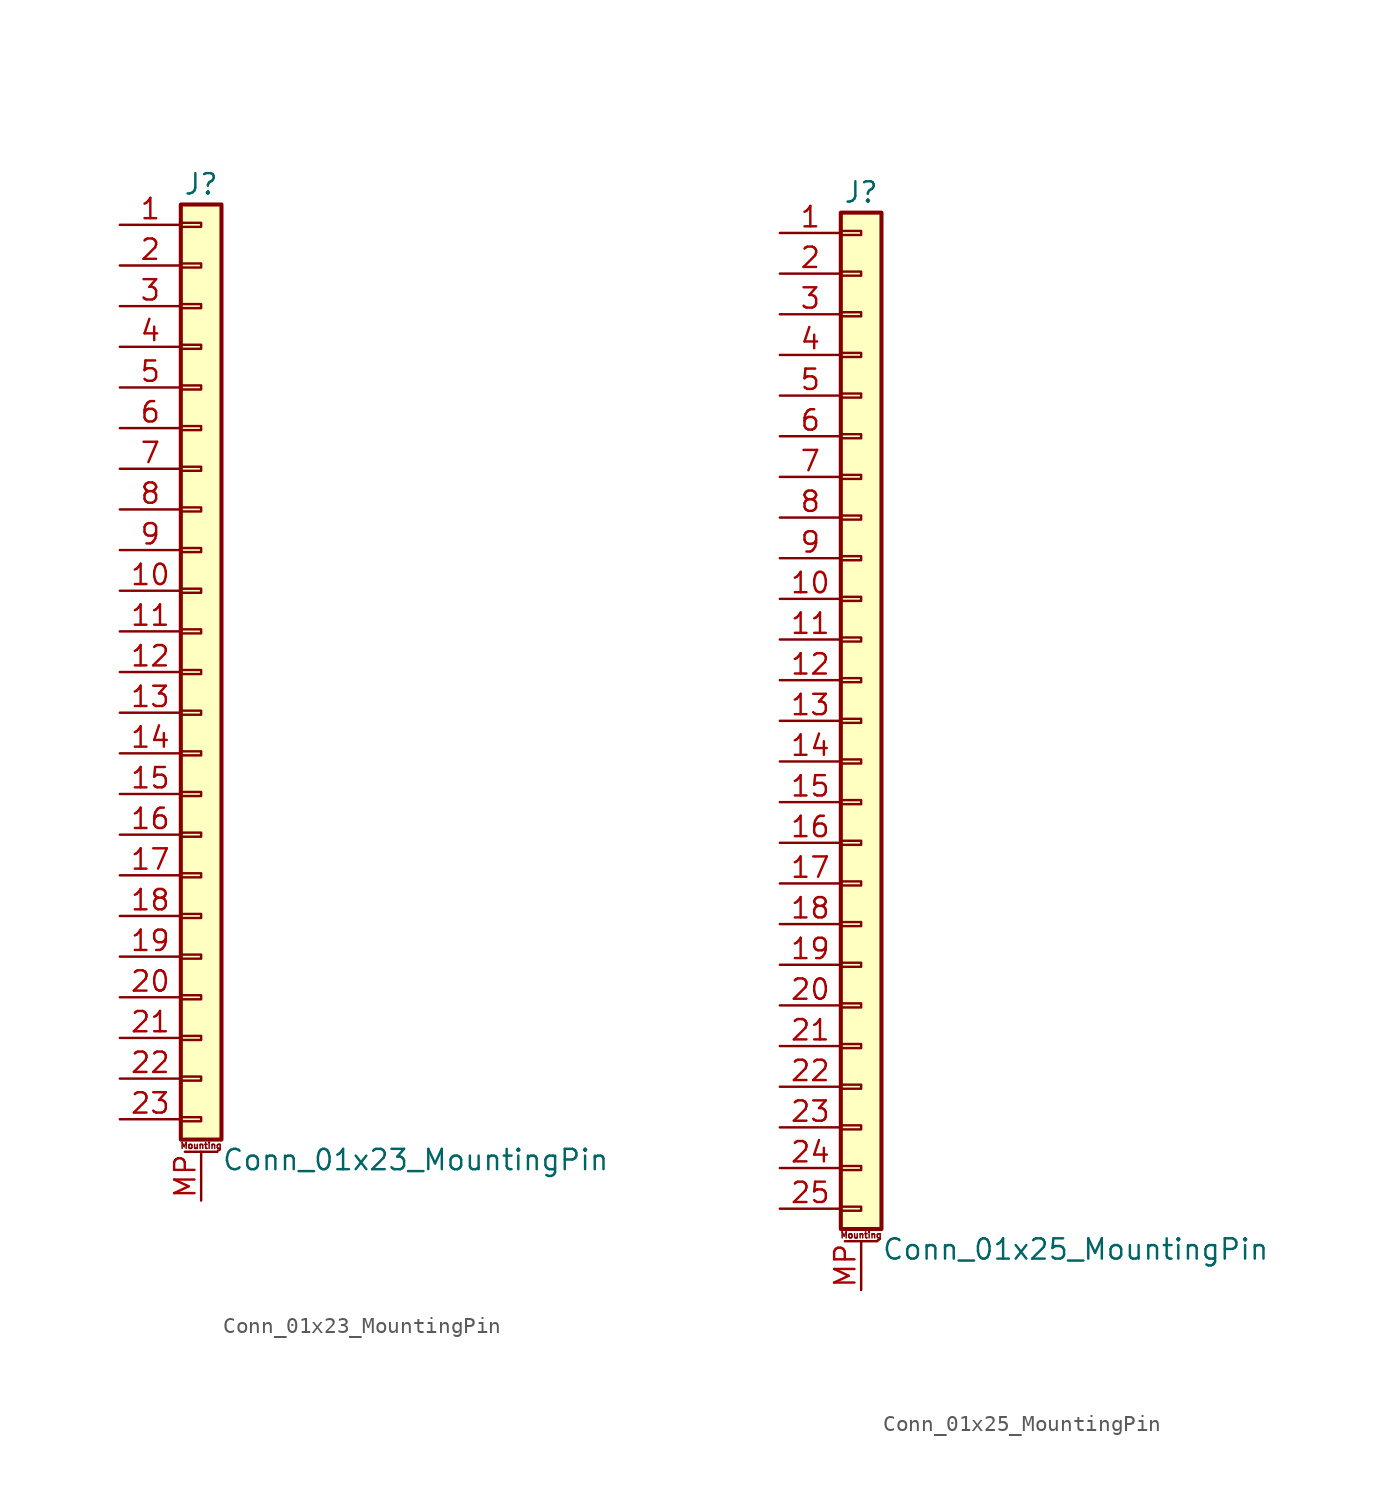
<source format=kicad_sym>
(kicad_symbol_lib
  (version 20220914)
  (generator kicad_symbol_editor)
  (symbol "Conn_01x23_MountingPin"
    (pin_names
      (offset 1.016) hide)
    (property "Reference" "J"
      (at 0 30.48 0)
      (effects (font (size 1.27 1.27))))
    (property "Value" "Conn_01x23_MountingPin"
      (at 1.27 -30.48 0)
      (effects (font (size 1.27 1.27)) (justify left)))
    (symbol "Conn_01x23_MountingPin_1_1"
      (rectangle (start -1.27 -27.813) (end 0 -28.067) (stroke (width 0.152) (type default)) (fill (type none)))
      (rectangle (start -1.27 -25.273) (end 0 -25.527) (stroke (width 0.152) (type default)) (fill (type none)))
      (rectangle (start -1.27 -22.733) (end 0 -22.987) (stroke (width 0.152) (type default)) (fill (type none)))
      (rectangle (start -1.27 -20.193) (end 0 -20.447) (stroke (width 0.152) (type default)) (fill (type none)))
      (rectangle (start -1.27 -17.653) (end 0 -17.907) (stroke (width 0.152) (type default)) (fill (type none)))
      (rectangle (start -1.27 -15.113) (end 0 -15.367) (stroke (width 0.152) (type default)) (fill (type none)))
      (rectangle (start -1.27 -12.573) (end 0 -12.827) (stroke (width 0.152) (type default)) (fill (type none)))
      (rectangle (start -1.27 -10.033) (end 0 -10.287) (stroke (width 0.152) (type default)) (fill (type none)))
      (rectangle (start -1.27 -7.493) (end 0 -7.747) (stroke (width 0.152) (type default)) (fill (type none)))
      (rectangle (start -1.27 -4.953) (end 0 -5.207) (stroke (width 0.152) (type default)) (fill (type none)))
      (rectangle (start -1.27 -2.413) (end 0 -2.667) (stroke (width 0.152) (type default)) (fill (type none)))
      (rectangle (start -1.27 0.127) (end 0 -0.127) (stroke (width 0.152) (type default)) (fill (type none)))
      (rectangle (start -1.27 2.667) (end 0 2.413) (stroke (width 0.152) (type default)) (fill (type none)))
      (rectangle (start -1.27 5.207) (end 0 4.953) (stroke (width 0.152) (type default)) (fill (type none)))
      (rectangle (start -1.27 7.747) (end 0 7.493) (stroke (width 0.152) (type default)) (fill (type none)))
      (rectangle (start -1.27 10.287) (end 0 10.033) (stroke (width 0.152) (type default)) (fill (type none)))
      (rectangle (start -1.27 12.827) (end 0 12.573) (stroke (width 0.152) (type default)) (fill (type none)))
      (rectangle (start -1.27 15.367) (end 0 15.113) (stroke (width 0.152) (type default)) (fill (type none)))
      (rectangle (start -1.27 17.907) (end 0 17.653) (stroke (width 0.152) (type default)) (fill (type none)))
      (rectangle (start -1.27 20.447) (end 0 20.193) (stroke (width 0.152) (type default)) (fill (type none)))
      (rectangle (start -1.27 22.987) (end 0 22.733) (stroke (width 0.152) (type default)) (fill (type none)))
      (rectangle (start -1.27 25.527) (end 0 25.273) (stroke (width 0.152) (type default)) (fill (type none)))
      (rectangle (start -1.27 28.067) (end 0 27.813) (stroke (width 0.152) (type default)) (fill (type none)))
      (rectangle (start -1.27 29.21) (end 1.27 -29.21) (stroke (width 0.254) (type default)) (fill (type background)))
      (polyline (pts (xy -1.016 -29.972) (xy 1.016 -29.972)) (stroke (width 0.152) (type default)) (fill (type none)))
      (text "Mounting" (at 0 -29.591 0) (effects (font (size 0.381 0.381))))
      (pin passive line (at -5.08 27.94 0) (length 3.81) (name "Pin_1" (effects (font (size 1.27 1.27)))) (number "1" (effects (font (size 1.27 1.27)))))
      (pin passive line (at -5.08 5.08 0) (length 3.81) (name "Pin_10" (effects (font (size 1.27 1.27)))) (number "10" (effects (font (size 1.27 1.27)))))
      (pin passive line (at -5.08 2.54 0) (length 3.81) (name "Pin_11" (effects (font (size 1.27 1.27)))) (number "11" (effects (font (size 1.27 1.27)))))
      (pin passive line (at -5.08 0 0) (length 3.81) (name "Pin_12" (effects (font (size 1.27 1.27)))) (number "12" (effects (font (size 1.27 1.27)))))
      (pin passive line (at -5.08 -2.54 0) (length 3.81) (name "Pin_13" (effects (font (size 1.27 1.27)))) (number "13" (effects (font (size 1.27 1.27)))))
      (pin passive line (at -5.08 -5.08 0) (length 3.81) (name "Pin_14" (effects (font (size 1.27 1.27)))) (number "14" (effects (font (size 1.27 1.27)))))
      (pin passive line (at -5.08 -7.62 0) (length 3.81) (name "Pin_15" (effects (font (size 1.27 1.27)))) (number "15" (effects (font (size 1.27 1.27)))))
      (pin passive line (at -5.08 -10.16 0) (length 3.81) (name "Pin_16" (effects (font (size 1.27 1.27)))) (number "16" (effects (font (size 1.27 1.27)))))
      (pin passive line (at -5.08 -12.7 0) (length 3.81) (name "Pin_17" (effects (font (size 1.27 1.27)))) (number "17" (effects (font (size 1.27 1.27)))))
      (pin passive line (at -5.08 -15.24 0) (length 3.81) (name "Pin_18" (effects (font (size 1.27 1.27)))) (number "18" (effects (font (size 1.27 1.27)))))
      (pin passive line (at -5.08 -17.78 0) (length 3.81) (name "Pin_19" (effects (font (size 1.27 1.27)))) (number "19" (effects (font (size 1.27 1.27)))))
      (pin passive line (at -5.08 25.4 0) (length 3.81) (name "Pin_2" (effects (font (size 1.27 1.27)))) (number "2" (effects (font (size 1.27 1.27)))))
      (pin passive line (at -5.08 -20.32 0) (length 3.81) (name "Pin_20" (effects (font (size 1.27 1.27)))) (number "20" (effects (font (size 1.27 1.27)))))
      (pin passive line (at -5.08 -22.86 0) (length 3.81) (name "Pin_21" (effects (font (size 1.27 1.27)))) (number "21" (effects (font (size 1.27 1.27)))))
      (pin passive line (at -5.08 -25.4 0) (length 3.81) (name "Pin_22" (effects (font (size 1.27 1.27)))) (number "22" (effects (font (size 1.27 1.27)))))
      (pin passive line (at -5.08 -27.94 0) (length 3.81) (name "Pin_23" (effects (font (size 1.27 1.27)))) (number "23" (effects (font (size 1.27 1.27)))))
      (pin passive line (at -5.08 22.86 0) (length 3.81) (name "Pin_3" (effects (font (size 1.27 1.27)))) (number "3" (effects (font (size 1.27 1.27)))))
      (pin passive line (at -5.08 20.32 0) (length 3.81) (name "Pin_4" (effects (font (size 1.27 1.27)))) (number "4" (effects (font (size 1.27 1.27)))))
      (pin passive line (at -5.08 17.78 0) (length 3.81) (name "Pin_5" (effects (font (size 1.27 1.27)))) (number "5" (effects (font (size 1.27 1.27)))))
      (pin passive line (at -5.08 15.24 0) (length 3.81) (name "Pin_6" (effects (font (size 1.27 1.27)))) (number "6" (effects (font (size 1.27 1.27)))))
      (pin passive line (at -5.08 12.7 0) (length 3.81) (name "Pin_7" (effects (font (size 1.27 1.27)))) (number "7" (effects (font (size 1.27 1.27)))))
      (pin passive line (at -5.08 10.16 0) (length 3.81) (name "Pin_8" (effects (font (size 1.27 1.27)))) (number "8" (effects (font (size 1.27 1.27)))))
      (pin passive line (at -5.08 7.62 0) (length 3.81) (name "Pin_9" (effects (font (size 1.27 1.27)))) (number "9" (effects (font (size 1.27 1.27)))))
      (pin passive line (at 0 -33.02 90) (length 3.048) (name "MountPin" (effects (font (size 1.27 1.27)))) (number "MP" (effects (font (size 1.27 1.27)))))))
  (symbol "Conn_01x25_MountingPin"
    (pin_names
      (offset 1.016) hide)
    (property "Reference" "J"
      (at 0 33.02 0)
      (effects (font (size 1.27 1.27))))
    (property "Value" "Conn_01x25_MountingPin"
      (at 1.27 -33.02 0)
      (effects (font (size 1.27 1.27)) (justify left)))
    (symbol "Conn_01x25_MountingPin_1_1"
      (rectangle (start -1.27 -30.353) (end 0 -30.607) (stroke (width 0.152) (type default)) (fill (type none)))
      (rectangle (start -1.27 -27.813) (end 0 -28.067) (stroke (width 0.152) (type default)) (fill (type none)))
      (rectangle (start -1.27 -25.273) (end 0 -25.527) (stroke (width 0.152) (type default)) (fill (type none)))
      (rectangle (start -1.27 -22.733) (end 0 -22.987) (stroke (width 0.152) (type default)) (fill (type none)))
      (rectangle (start -1.27 -20.193) (end 0 -20.447) (stroke (width 0.152) (type default)) (fill (type none)))
      (rectangle (start -1.27 -17.653) (end 0 -17.907) (stroke (width 0.152) (type default)) (fill (type none)))
      (rectangle (start -1.27 -15.113) (end 0 -15.367) (stroke (width 0.152) (type default)) (fill (type none)))
      (rectangle (start -1.27 -12.573) (end 0 -12.827) (stroke (width 0.152) (type default)) (fill (type none)))
      (rectangle (start -1.27 -10.033) (end 0 -10.287) (stroke (width 0.152) (type default)) (fill (type none)))
      (rectangle (start -1.27 -7.493) (end 0 -7.747) (stroke (width 0.152) (type default)) (fill (type none)))
      (rectangle (start -1.27 -4.953) (end 0 -5.207) (stroke (width 0.152) (type default)) (fill (type none)))
      (rectangle (start -1.27 -2.413) (end 0 -2.667) (stroke (width 0.152) (type default)) (fill (type none)))
      (rectangle (start -1.27 0.127) (end 0 -0.127) (stroke (width 0.152) (type default)) (fill (type none)))
      (rectangle (start -1.27 2.667) (end 0 2.413) (stroke (width 0.152) (type default)) (fill (type none)))
      (rectangle (start -1.27 5.207) (end 0 4.953) (stroke (width 0.152) (type default)) (fill (type none)))
      (rectangle (start -1.27 7.747) (end 0 7.493) (stroke (width 0.152) (type default)) (fill (type none)))
      (rectangle (start -1.27 10.287) (end 0 10.033) (stroke (width 0.152) (type default)) (fill (type none)))
      (rectangle (start -1.27 12.827) (end 0 12.573) (stroke (width 0.152) (type default)) (fill (type none)))
      (rectangle (start -1.27 15.367) (end 0 15.113) (stroke (width 0.152) (type default)) (fill (type none)))
      (rectangle (start -1.27 17.907) (end 0 17.653) (stroke (width 0.152) (type default)) (fill (type none)))
      (rectangle (start -1.27 20.447) (end 0 20.193) (stroke (width 0.152) (type default)) (fill (type none)))
      (rectangle (start -1.27 22.987) (end 0 22.733) (stroke (width 0.152) (type default)) (fill (type none)))
      (rectangle (start -1.27 25.527) (end 0 25.273) (stroke (width 0.152) (type default)) (fill (type none)))
      (rectangle (start -1.27 28.067) (end 0 27.813) (stroke (width 0.152) (type default)) (fill (type none)))
      (rectangle (start -1.27 30.607) (end 0 30.353) (stroke (width 0.152) (type default)) (fill (type none)))
      (rectangle (start -1.27 31.75) (end 1.27 -31.75) (stroke (width 0.254) (type default)) (fill (type background)))
      (polyline (pts (xy -1.016 -32.512) (xy 1.016 -32.512)) (stroke (width 0.152) (type default)) (fill (type none)))
      (text "Mounting" (at 0 -32.131 0) (effects (font (size 0.381 0.381))))
      (pin passive line (at -5.08 30.48 0) (length 3.81) (name "Pin_1" (effects (font (size 1.27 1.27)))) (number "1" (effects (font (size 1.27 1.27)))))
      (pin passive line (at -5.08 7.62 0) (length 3.81) (name "Pin_10" (effects (font (size 1.27 1.27)))) (number "10" (effects (font (size 1.27 1.27)))))
      (pin passive line (at -5.08 5.08 0) (length 3.81) (name "Pin_11" (effects (font (size 1.27 1.27)))) (number "11" (effects (font (size 1.27 1.27)))))
      (pin passive line (at -5.08 2.54 0) (length 3.81) (name "Pin_12" (effects (font (size 1.27 1.27)))) (number "12" (effects (font (size 1.27 1.27)))))
      (pin passive line (at -5.08 0 0) (length 3.81) (name "Pin_13" (effects (font (size 1.27 1.27)))) (number "13" (effects (font (size 1.27 1.27)))))
      (pin passive line (at -5.08 -2.54 0) (length 3.81) (name "Pin_14" (effects (font (size 1.27 1.27)))) (number "14" (effects (font (size 1.27 1.27)))))
      (pin passive line (at -5.08 -5.08 0) (length 3.81) (name "Pin_15" (effects (font (size 1.27 1.27)))) (number "15" (effects (font (size 1.27 1.27)))))
      (pin passive line (at -5.08 -7.62 0) (length 3.81) (name "Pin_16" (effects (font (size 1.27 1.27)))) (number "16" (effects (font (size 1.27 1.27)))))
      (pin passive line (at -5.08 -10.16 0) (length 3.81) (name "Pin_17" (effects (font (size 1.27 1.27)))) (number "17" (effects (font (size 1.27 1.27)))))
      (pin passive line (at -5.08 -12.7 0) (length 3.81) (name "Pin_18" (effects (font (size 1.27 1.27)))) (number "18" (effects (font (size 1.27 1.27)))))
      (pin passive line (at -5.08 -15.24 0) (length 3.81) (name "Pin_19" (effects (font (size 1.27 1.27)))) (number "19" (effects (font (size 1.27 1.27)))))
      (pin passive line (at -5.08 27.94 0) (length 3.81) (name "Pin_2" (effects (font (size 1.27 1.27)))) (number "2" (effects (font (size 1.27 1.27)))))
      (pin passive line (at -5.08 -17.78 0) (length 3.81) (name "Pin_20" (effects (font (size 1.27 1.27)))) (number "20" (effects (font (size 1.27 1.27)))))
      (pin passive line (at -5.08 -20.32 0) (length 3.81) (name "Pin_21" (effects (font (size 1.27 1.27)))) (number "21" (effects (font (size 1.27 1.27)))))
      (pin passive line (at -5.08 -22.86 0) (length 3.81) (name "Pin_22" (effects (font (size 1.27 1.27)))) (number "22" (effects (font (size 1.27 1.27)))))
      (pin passive line (at -5.08 -25.4 0) (length 3.81) (name "Pin_23" (effects (font (size 1.27 1.27)))) (number "23" (effects (font (size 1.27 1.27)))))
      (pin passive line (at -5.08 -27.94 0) (length 3.81) (name "Pin_24" (effects (font (size 1.27 1.27)))) (number "24" (effects (font (size 1.27 1.27)))))
      (pin passive line (at -5.08 -30.48 0) (length 3.81) (name "Pin_25" (effects (font (size 1.27 1.27)))) (number "25" (effects (font (size 1.27 1.27)))))
      (pin passive line (at -5.08 25.4 0) (length 3.81) (name "Pin_3" (effects (font (size 1.27 1.27)))) (number "3" (effects (font (size 1.27 1.27)))))
      (pin passive line (at -5.08 22.86 0) (length 3.81) (name "Pin_4" (effects (font (size 1.27 1.27)))) (number "4" (effects (font (size 1.27 1.27)))))
      (pin passive line (at -5.08 20.32 0) (length 3.81) (name "Pin_5" (effects (font (size 1.27 1.27)))) (number "5" (effects (font (size 1.27 1.27)))))
      (pin passive line (at -5.08 17.78 0) (length 3.81) (name "Pin_6" (effects (font (size 1.27 1.27)))) (number "6" (effects (font (size 1.27 1.27)))))
      (pin passive line (at -5.08 15.24 0) (length 3.81) (name "Pin_7" (effects (font (size 1.27 1.27)))) (number "7" (effects (font (size 1.27 1.27)))))
      (pin passive line (at -5.08 12.7 0) (length 3.81) (name "Pin_8" (effects (font (size 1.27 1.27)))) (number "8" (effects (font (size 1.27 1.27)))))
      (pin passive line (at -5.08 10.16 0) (length 3.81) (name "Pin_9" (effects (font (size 1.27 1.27)))) (number "9" (effects (font (size 1.27 1.27)))))
      (pin passive line (at 0 -35.56 90) (length 3.048) (name "MountPin" (effects (font (size 1.27 1.27)))) (number "MP" (effects (font (size 1.27 1.27))))))))
</source>
